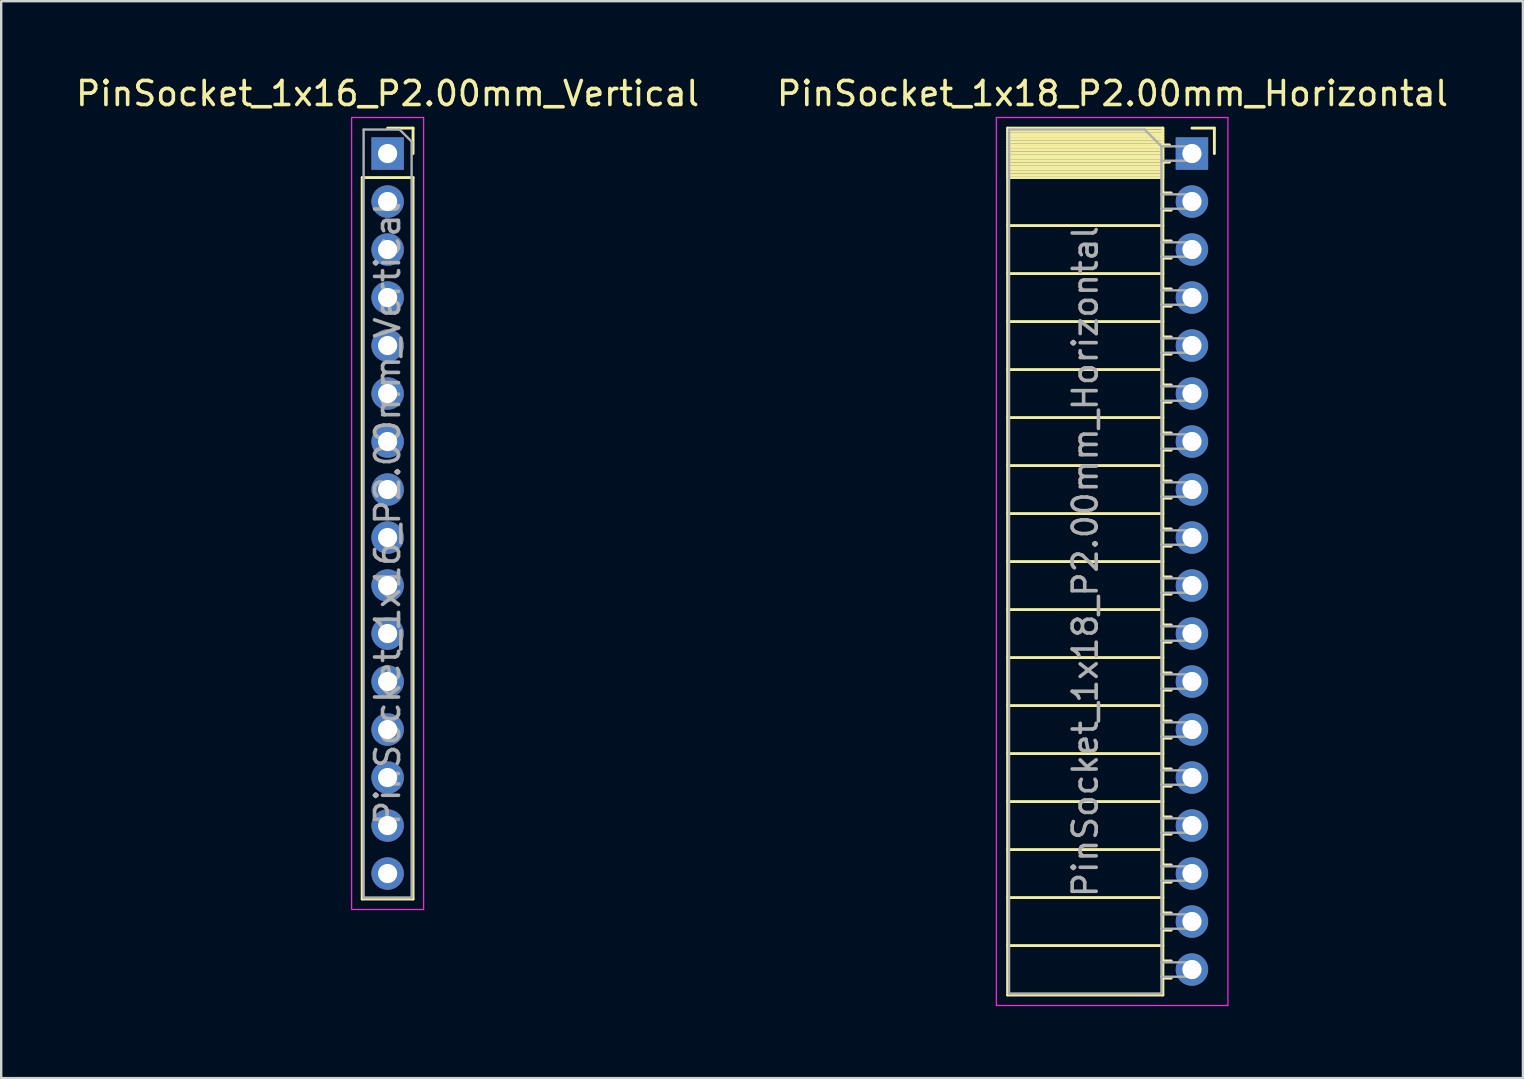
<source format=kicad_pcb>
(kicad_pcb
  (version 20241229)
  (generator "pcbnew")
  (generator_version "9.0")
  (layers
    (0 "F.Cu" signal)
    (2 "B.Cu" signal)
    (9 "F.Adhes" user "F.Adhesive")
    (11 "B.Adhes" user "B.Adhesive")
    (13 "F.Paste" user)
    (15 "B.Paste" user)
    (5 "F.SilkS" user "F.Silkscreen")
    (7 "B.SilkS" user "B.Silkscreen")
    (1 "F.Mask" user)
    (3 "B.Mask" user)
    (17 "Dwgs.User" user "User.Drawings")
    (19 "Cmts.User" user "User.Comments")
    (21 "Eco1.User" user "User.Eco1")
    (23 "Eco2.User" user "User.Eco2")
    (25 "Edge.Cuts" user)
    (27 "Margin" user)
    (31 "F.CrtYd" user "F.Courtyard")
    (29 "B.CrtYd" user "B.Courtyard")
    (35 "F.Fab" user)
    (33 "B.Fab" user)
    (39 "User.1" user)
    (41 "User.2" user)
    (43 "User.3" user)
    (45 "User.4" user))
  (footprint "PinSocket_1x18_P2.00mm_Horizontal"
    (layer "F.Cu")
    (at 46.614 3.348)
    (property "Reference" "PinSocket_1x18_P2.00mm_Horizontal" (at -3.31 -2.5 0) (layer "F.SilkS") (effects (font (size 1 1) (thickness 0.15))))
    (attr through_hole)
    (fp_line (start -7.68 -1.06) (end -7.68 35.06) (stroke (width 0.12) (type solid)) (layer "F.SilkS"))
    (fp_line (start -7.68 -1.06) (end -1.21 -1.06) (stroke (width 0.12) (type solid)) (layer "F.SilkS"))
    (fp_line (start -7.68 -0.94) (end -1.21 -0.94) (stroke (width 0.12) (type solid)) (layer "F.SilkS"))
    (fp_line (start -7.68 -0.826) (end -1.21 -0.826) (stroke (width 0.12) (type solid)) (layer "F.SilkS"))
    (fp_line (start -7.68 -0.712) (end -1.21 -0.712) (stroke (width 0.12) (type solid)) (layer "F.SilkS"))
    (fp_line (start -7.68 -0.598) (end -1.21 -0.598) (stroke (width 0.12) (type solid)) (layer "F.SilkS"))
    (fp_line (start -7.68 -0.484) (end -1.21 -0.484) (stroke (width 0.12) (type solid)) (layer "F.SilkS"))
    (fp_line (start -7.68 -0.369) (end -1.21 -0.369) (stroke (width 0.12) (type solid)) (layer "F.SilkS"))
    (fp_line (start -7.68 -0.255) (end -1.21 -0.255) (stroke (width 0.12) (type solid)) (layer "F.SilkS"))
    (fp_line (start -7.68 -0.141) (end -1.21 -0.141) (stroke (width 0.12) (type solid)) (layer "F.SilkS"))
    (fp_line (start -7.68 -0.027) (end -1.21 -0.027) (stroke (width 0.12) (type solid)) (layer "F.SilkS"))
    (fp_line (start -7.68 0.087) (end -1.21 0.087) (stroke (width 0.12) (type solid)) (layer "F.SilkS"))
    (fp_line (start -7.68 0.201) (end -1.21 0.201) (stroke (width 0.12) (type solid)) (layer "F.SilkS"))
    (fp_line (start -7.68 0.315) (end -1.21 0.315) (stroke (width 0.12) (type solid)) (layer "F.SilkS"))
    (fp_line (start -7.68 0.429) (end -1.21 0.429) (stroke (width 0.12) (type solid)) (layer "F.SilkS"))
    (fp_line (start -7.68 0.544) (end -1.21 0.544) (stroke (width 0.12) (type solid)) (layer "F.SilkS"))
    (fp_line (start -7.68 0.658) (end -1.21 0.658) (stroke (width 0.12) (type solid)) (layer "F.SilkS"))
    (fp_line (start -7.68 0.772) (end -1.21 0.772) (stroke (width 0.12) (type solid)) (layer "F.SilkS"))
    (fp_line (start -7.68 0.886) (end -1.21 0.886) (stroke (width 0.12) (type solid)) (layer "F.SilkS"))
    (fp_line (start -7.68 1) (end -1.21 1) (stroke (width 0.12) (type solid)) (layer "F.SilkS"))
    (fp_line (start -7.68 3) (end -1.21 3) (stroke (width 0.12) (type solid)) (layer "F.SilkS"))
    (fp_line (start -7.68 5) (end -1.21 5) (stroke (width 0.12) (type solid)) (layer "F.SilkS"))
    (fp_line (start -7.68 7) (end -1.21 7) (stroke (width 0.12) (type solid)) (layer "F.SilkS"))
    (fp_line (start -7.68 9) (end -1.21 9) (stroke (width 0.12) (type solid)) (layer "F.SilkS"))
    (fp_line (start -7.68 11) (end -1.21 11) (stroke (width 0.12) (type solid)) (layer "F.SilkS"))
    (fp_line (start -7.68 13) (end -1.21 13) (stroke (width 0.12) (type solid)) (layer "F.SilkS"))
    (fp_line (start -7.68 15) (end -1.21 15) (stroke (width 0.12) (type solid)) (layer "F.SilkS"))
    (fp_line (start -7.68 17) (end -1.21 17) (stroke (width 0.12) (type solid)) (layer "F.SilkS"))
    (fp_line (start -7.68 19) (end -1.21 19) (stroke (width 0.12) (type solid)) (layer "F.SilkS"))
    (fp_line (start -7.68 21) (end -1.21 21) (stroke (width 0.12) (type solid)) (layer "F.SilkS"))
    (fp_line (start -7.68 23) (end -1.21 23) (stroke (width 0.12) (type solid)) (layer "F.SilkS"))
    (fp_line (start -7.68 25) (end -1.21 25) (stroke (width 0.12) (type solid)) (layer "F.SilkS"))
    (fp_line (start -7.68 27) (end -1.21 27) (stroke (width 0.12) (type solid)) (layer "F.SilkS"))
    (fp_line (start -7.68 29) (end -1.21 29) (stroke (width 0.12) (type solid)) (layer "F.SilkS"))
    (fp_line (start -7.68 31) (end -1.21 31) (stroke (width 0.12) (type solid)) (layer "F.SilkS"))
    (fp_line (start -7.68 33) (end -1.21 33) (stroke (width 0.12) (type solid)) (layer "F.SilkS"))
    (fp_line (start -7.68 35.06) (end -1.21 35.06) (stroke (width 0.12) (type solid)) (layer "F.SilkS"))
    (fp_line (start -1.21 -1.06) (end -1.21 35.06) (stroke (width 0.12) (type solid)) (layer "F.SilkS"))
    (fp_line (start -1.21 -0.36) (end -0.935 -0.36) (stroke (width 0.12) (type solid)) (layer "F.SilkS"))
    (fp_line (start -1.21 0.36) (end -0.935 0.36) (stroke (width 0.12) (type solid)) (layer "F.SilkS"))
    (fp_line (start -1.21 1.64) (end -0.863 1.64) (stroke (width 0.12) (type solid)) (layer "F.SilkS"))
    (fp_line (start -1.21 2.36) (end -0.863 2.36) (stroke (width 0.12) (type solid)) (layer "F.SilkS"))
    (fp_line (start -1.21 3.64) (end -0.863 3.64) (stroke (width 0.12) (type solid)) (layer "F.SilkS"))
    (fp_line (start -1.21 4.36) (end -0.863 4.36) (stroke (width 0.12) (type solid)) (layer "F.SilkS"))
    (fp_line (start -1.21 5.64) (end -0.863 5.64) (stroke (width 0.12) (type solid)) (layer "F.SilkS"))
    (fp_line (start -1.21 6.36) (end -0.863 6.36) (stroke (width 0.12) (type solid)) (layer "F.SilkS"))
    (fp_line (start -1.21 7.64) (end -0.863 7.64) (stroke (width 0.12) (type solid)) (layer "F.SilkS"))
    (fp_line (start -1.21 8.36) (end -0.863 8.36) (stroke (width 0.12) (type solid)) (layer "F.SilkS"))
    (fp_line (start -1.21 9.64) (end -0.863 9.64) (stroke (width 0.12) (type solid)) (layer "F.SilkS"))
    (fp_line (start -1.21 10.36) (end -0.863 10.36) (stroke (width 0.12) (type solid)) (layer "F.SilkS"))
    (fp_line (start -1.21 11.64) (end -0.863 11.64) (stroke (width 0.12) (type solid)) (layer "F.SilkS"))
    (fp_line (start -1.21 12.36) (end -0.863 12.36) (stroke (width 0.12) (type solid)) (layer "F.SilkS"))
    (fp_line (start -1.21 13.64) (end -0.863 13.64) (stroke (width 0.12) (type solid)) (layer "F.SilkS"))
    (fp_line (start -1.21 14.36) (end -0.863 14.36) (stroke (width 0.12) (type solid)) (layer "F.SilkS"))
    (fp_line (start -1.21 15.64) (end -0.863 15.64) (stroke (width 0.12) (type solid)) (layer "F.SilkS"))
    (fp_line (start -1.21 16.36) (end -0.863 16.36) (stroke (width 0.12) (type solid)) (layer "F.SilkS"))
    (fp_line (start -1.21 17.64) (end -0.863 17.64) (stroke (width 0.12) (type solid)) (layer "F.SilkS"))
    (fp_line (start -1.21 18.36) (end -0.863 18.36) (stroke (width 0.12) (type solid)) (layer "F.SilkS"))
    (fp_line (start -1.21 19.64) (end -0.863 19.64) (stroke (width 0.12) (type solid)) (layer "F.SilkS"))
    (fp_line (start -1.21 20.36) (end -0.863 20.36) (stroke (width 0.12) (type solid)) (layer "F.SilkS"))
    (fp_line (start -1.21 21.64) (end -0.863 21.64) (stroke (width 0.12) (type solid)) (layer "F.SilkS"))
    (fp_line (start -1.21 22.36) (end -0.863 22.36) (stroke (width 0.12) (type solid)) (layer "F.SilkS"))
    (fp_line (start -1.21 23.64) (end -0.863 23.64) (stroke (width 0.12) (type solid)) (layer "F.SilkS"))
    (fp_line (start -1.21 24.36) (end -0.863 24.36) (stroke (width 0.12) (type solid)) (layer "F.SilkS"))
    (fp_line (start -1.21 25.64) (end -0.863 25.64) (stroke (width 0.12) (type solid)) (layer "F.SilkS"))
    (fp_line (start -1.21 26.36) (end -0.863 26.36) (stroke (width 0.12) (type solid)) (layer "F.SilkS"))
    (fp_line (start -1.21 27.64) (end -0.863 27.64) (stroke (width 0.12) (type solid)) (layer "F.SilkS"))
    (fp_line (start -1.21 28.36) (end -0.863 28.36) (stroke (width 0.12) (type solid)) (layer "F.SilkS"))
    (fp_line (start -1.21 29.64) (end -0.863 29.64) (stroke (width 0.12) (type solid)) (layer "F.SilkS"))
    (fp_line (start -1.21 30.36) (end -0.863 30.36) (stroke (width 0.12) (type solid)) (layer "F.SilkS"))
    (fp_line (start -1.21 31.64) (end -0.863 31.64) (stroke (width 0.12) (type solid)) (layer "F.SilkS"))
    (fp_line (start -1.21 32.36) (end -0.863 32.36) (stroke (width 0.12) (type solid)) (layer "F.SilkS"))
    (fp_line (start -1.21 33.64) (end -0.863 33.64) (stroke (width 0.12) (type solid)) (layer "F.SilkS"))
    (fp_line (start -1.21 34.36) (end -0.863 34.36) (stroke (width 0.12) (type solid)) (layer "F.SilkS"))
    (fp_line (start 0 -1.06) (end 0.935 -1.06) (stroke (width 0.12) (type solid)) (layer "F.SilkS"))
    (fp_line (start 0.935 -1.06) (end 0.935 0) (stroke (width 0.12) (type solid)) (layer "F.SilkS"))
    (fp_line (start -8.15 -1.5) (end -8.15 35.5) (stroke (width 0.05) (type solid)) (layer "F.CrtYd"))
    (fp_line (start -8.15 35.5) (end 1.5 35.5) (stroke (width 0.05) (type solid)) (layer "F.CrtYd"))
    (fp_line (start 1.5 -1.5) (end -8.15 -1.5) (stroke (width 0.05) (type solid)) (layer "F.CrtYd"))
    (fp_line (start 1.5 35.5) (end 1.5 -1.5) (stroke (width 0.05) (type solid)) (layer "F.CrtYd"))
    (fp_line (start -7.62 -1) (end -1.97 -1) (stroke (width 0.1) (type solid)) (layer "F.Fab"))
    (fp_line (start -7.62 35) (end -7.62 -1) (stroke (width 0.1) (type solid)) (layer "F.Fab"))
    (fp_line (start -1.97 -1) (end -1.27 -0.3) (stroke (width 0.1) (type solid)) (layer "F.Fab"))
    (fp_line (start -1.27 -0.3) (end -1.27 35) (stroke (width 0.1) (type solid)) (layer "F.Fab"))
    (fp_line (start -1.27 0.3) (end 0 0.3) (stroke (width 0.1) (type solid)) (layer "F.Fab"))
    (fp_line (start -1.27 2.3) (end 0 2.3) (stroke (width 0.1) (type solid)) (layer "F.Fab"))
    (fp_line (start -1.27 4.3) (end 0 4.3) (stroke (width 0.1) (type solid)) (layer "F.Fab"))
    (fp_line (start -1.27 6.3) (end 0 6.3) (stroke (width 0.1) (type solid)) (layer "F.Fab"))
    (fp_line (start -1.27 8.3) (end 0 8.3) (stroke (width 0.1) (type solid)) (layer "F.Fab"))
    (fp_line (start -1.27 10.3) (end 0 10.3) (stroke (width 0.1) (type solid)) (layer "F.Fab"))
    (fp_line (start -1.27 12.3) (end 0 12.3) (stroke (width 0.1) (type solid)) (layer "F.Fab"))
    (fp_line (start -1.27 14.3) (end 0 14.3) (stroke (width 0.1) (type solid)) (layer "F.Fab"))
    (fp_line (start -1.27 16.3) (end 0 16.3) (stroke (width 0.1) (type solid)) (layer "F.Fab"))
    (fp_line (start -1.27 18.3) (end 0 18.3) (stroke (width 0.1) (type solid)) (layer "F.Fab"))
    (fp_line (start -1.27 20.3) (end 0 20.3) (stroke (width 0.1) (type solid)) (layer "F.Fab"))
    (fp_line (start -1.27 22.3) (end 0 22.3) (stroke (width 0.1) (type solid)) (layer "F.Fab"))
    (fp_line (start -1.27 24.3) (end 0 24.3) (stroke (width 0.1) (type solid)) (layer "F.Fab"))
    (fp_line (start -1.27 26.3) (end 0 26.3) (stroke (width 0.1) (type solid)) (layer "F.Fab"))
    (fp_line (start -1.27 28.3) (end 0 28.3) (stroke (width 0.1) (type solid)) (layer "F.Fab"))
    (fp_line (start -1.27 30.3) (end 0 30.3) (stroke (width 0.1) (type solid)) (layer "F.Fab"))
    (fp_line (start -1.27 32.3) (end 0 32.3) (stroke (width 0.1) (type solid)) (layer "F.Fab"))
    (fp_line (start -1.27 34.3) (end 0 34.3) (stroke (width 0.1) (type solid)) (layer "F.Fab"))
    (fp_line (start -1.27 35) (end -7.62 35) (stroke (width 0.1) (type solid)) (layer "F.Fab"))
    (fp_line (start 0 -0.3) (end -1.27 -0.3) (stroke (width 0.1) (type solid)) (layer "F.Fab"))
    (fp_line (start 0 0.3) (end 0 -0.3) (stroke (width 0.1) (type solid)) (layer "F.Fab"))
    (fp_line (start 0 1.7) (end -1.27 1.7) (stroke (width 0.1) (type solid)) (layer "F.Fab"))
    (fp_line (start 0 2.3) (end 0 1.7) (stroke (width 0.1) (type solid)) (layer "F.Fab"))
    (fp_line (start 0 3.7) (end -1.27 3.7) (stroke (width 0.1) (type solid)) (layer "F.Fab"))
    (fp_line (start 0 4.3) (end 0 3.7) (stroke (width 0.1) (type solid)) (layer "F.Fab"))
    (fp_line (start 0 5.7) (end -1.27 5.7) (stroke (width 0.1) (type solid)) (layer "F.Fab"))
    (fp_line (start 0 6.3) (end 0 5.7) (stroke (width 0.1) (type solid)) (layer "F.Fab"))
    (fp_line (start 0 7.7) (end -1.27 7.7) (stroke (width 0.1) (type solid)) (layer "F.Fab"))
    (fp_line (start 0 8.3) (end 0 7.7) (stroke (width 0.1) (type solid)) (layer "F.Fab"))
    (fp_line (start 0 9.7) (end -1.27 9.7) (stroke (width 0.1) (type solid)) (layer "F.Fab"))
    (fp_line (start 0 10.3) (end 0 9.7) (stroke (width 0.1) (type solid)) (layer "F.Fab"))
    (fp_line (start 0 11.7) (end -1.27 11.7) (stroke (width 0.1) (type solid)) (layer "F.Fab"))
    (fp_line (start 0 12.3) (end 0 11.7) (stroke (width 0.1) (type solid)) (layer "F.Fab"))
    (fp_line (start 0 13.7) (end -1.27 13.7) (stroke (width 0.1) (type solid)) (layer "F.Fab"))
    (fp_line (start 0 14.3) (end 0 13.7) (stroke (width 0.1) (type solid)) (layer "F.Fab"))
    (fp_line (start 0 15.7) (end -1.27 15.7) (stroke (width 0.1) (type solid)) (layer "F.Fab"))
    (fp_line (start 0 16.3) (end 0 15.7) (stroke (width 0.1) (type solid)) (layer "F.Fab"))
    (fp_line (start 0 17.7) (end -1.27 17.7) (stroke (width 0.1) (type solid)) (layer "F.Fab"))
    (fp_line (start 0 18.3) (end 0 17.7) (stroke (width 0.1) (type solid)) (layer "F.Fab"))
    (fp_line (start 0 19.7) (end -1.27 19.7) (stroke (width 0.1) (type solid)) (layer "F.Fab"))
    (fp_line (start 0 20.3) (end 0 19.7) (stroke (width 0.1) (type solid)) (layer "F.Fab"))
    (fp_line (start 0 21.7) (end -1.27 21.7) (stroke (width 0.1) (type solid)) (layer "F.Fab"))
    (fp_line (start 0 22.3) (end 0 21.7) (stroke (width 0.1) (type solid)) (layer "F.Fab"))
    (fp_line (start 0 23.7) (end -1.27 23.7) (stroke (width 0.1) (type solid)) (layer "F.Fab"))
    (fp_line (start 0 24.3) (end 0 23.7) (stroke (width 0.1) (type solid)) (layer "F.Fab"))
    (fp_line (start 0 25.7) (end -1.27 25.7) (stroke (width 0.1) (type solid)) (layer "F.Fab"))
    (fp_line (start 0 26.3) (end 0 25.7) (stroke (width 0.1) (type solid)) (layer "F.Fab"))
    (fp_line (start 0 27.7) (end -1.27 27.7) (stroke (width 0.1) (type solid)) (layer "F.Fab"))
    (fp_line (start 0 28.3) (end 0 27.7) (stroke (width 0.1) (type solid)) (layer "F.Fab"))
    (fp_line (start 0 29.7) (end -1.27 29.7) (stroke (width 0.1) (type solid)) (layer "F.Fab"))
    (fp_line (start 0 30.3) (end 0 29.7) (stroke (width 0.1) (type solid)) (layer "F.Fab"))
    (fp_line (start 0 31.7) (end -1.27 31.7) (stroke (width 0.1) (type solid)) (layer "F.Fab"))
    (fp_line (start 0 32.3) (end 0 31.7) (stroke (width 0.1) (type solid)) (layer "F.Fab"))
    (fp_line (start 0 33.7) (end -1.27 33.7) (stroke (width 0.1) (type solid)) (layer "F.Fab"))
    (fp_line (start 0 34.3) (end 0 33.7) (stroke (width 0.1) (type solid)) (layer "F.Fab"))
    (fp_text user "${REFERENCE}" (at -4.445 17 90) (layer "F.Fab") (effects (font (size 1 1) (thickness 0.15))))
    (pad "1" thru_hole rect (at 0 0) (size 1.35 1.35) (drill 0.8) (layers "*.Cu" "*.Mask"))
    (pad "2" thru_hole oval (at 0 2) (size 1.35 1.35) (drill 0.8) (layers "*.Cu" "*.Mask"))
    (pad "3" thru_hole oval (at 0 4) (size 1.35 1.35) (drill 0.8) (layers "*.Cu" "*.Mask"))
    (pad "4" thru_hole oval (at 0 6) (size 1.35 1.35) (drill 0.8) (layers "*.Cu" "*.Mask"))
    (pad "5" thru_hole oval (at 0 8) (size 1.35 1.35) (drill 0.8) (layers "*.Cu" "*.Mask"))
    (pad "6" thru_hole oval (at 0 10) (size 1.35 1.35) (drill 0.8) (layers "*.Cu" "*.Mask"))
    (pad "7" thru_hole oval (at 0 12) (size 1.35 1.35) (drill 0.8) (layers "*.Cu" "*.Mask"))
    (pad "8" thru_hole oval (at 0 14) (size 1.35 1.35) (drill 0.8) (layers "*.Cu" "*.Mask"))
    (pad "9" thru_hole oval (at 0 16) (size 1.35 1.35) (drill 0.8) (layers "*.Cu" "*.Mask"))
    (pad "10" thru_hole oval (at 0 18) (size 1.35 1.35) (drill 0.8) (layers "*.Cu" "*.Mask"))
    (pad "11" thru_hole oval (at 0 20) (size 1.35 1.35) (drill 0.8) (layers "*.Cu" "*.Mask"))
    (pad "12" thru_hole oval (at 0 22) (size 1.35 1.35) (drill 0.8) (layers "*.Cu" "*.Mask"))
    (pad "13" thru_hole oval (at 0 24) (size 1.35 1.35) (drill 0.8) (layers "*.Cu" "*.Mask"))
    (pad "14" thru_hole oval (at 0 26) (size 1.35 1.35) (drill 0.8) (layers "*.Cu" "*.Mask"))
    (pad "15" thru_hole oval (at 0 28) (size 1.35 1.35) (drill 0.8) (layers "*.Cu" "*.Mask"))
    (pad "16" thru_hole oval (at 0 30) (size 1.35 1.35) (drill 0.8) (layers "*.Cu" "*.Mask"))
    (pad "17" thru_hole oval (at 0 32) (size 1.35 1.35) (drill 0.8) (layers "*.Cu" "*.Mask"))
    (pad "18" thru_hole oval (at 0 34) (size 1.35 1.35) (drill 0.8) (layers "*.Cu" "*.Mask")))
  (footprint "PinSocket_1x16_P2.00mm_Vertical"
    (layer "F.Cu")
    (at 13.101 3.348)
    (property "Reference" "PinSocket_1x16_P2.00mm_Vertical" (at 0 -2.5 0) (layer "F.SilkS") (effects (font (size 1 1) (thickness 0.15))))
    (attr through_hole)
    (fp_line (start -1.06 1) (end -1.06 31.06) (stroke (width 0.12) (type solid)) (layer "F.SilkS"))
    (fp_line (start -1.06 1) (end 1.06 1) (stroke (width 0.12) (type solid)) (layer "F.SilkS"))
    (fp_line (start -1.06 31.06) (end 1.06 31.06) (stroke (width 0.12) (type solid)) (layer "F.SilkS"))
    (fp_line (start 0 -1.06) (end 1.06 -1.06) (stroke (width 0.12) (type solid)) (layer "F.SilkS"))
    (fp_line (start 1.06 -1.06) (end 1.06 0) (stroke (width 0.12) (type solid)) (layer "F.SilkS"))
    (fp_line (start 1.06 1) (end 1.06 31.06) (stroke (width 0.12) (type solid)) (layer "F.SilkS"))
    (fp_line (start -1.5 -1.5) (end 1.5 -1.5) (stroke (width 0.05) (type solid)) (layer "F.CrtYd"))
    (fp_line (start -1.5 31.5) (end -1.5 -1.5) (stroke (width 0.05) (type solid)) (layer "F.CrtYd"))
    (fp_line (start 1.5 -1.5) (end 1.5 31.5) (stroke (width 0.05) (type solid)) (layer "F.CrtYd"))
    (fp_line (start 1.5 31.5) (end -1.5 31.5) (stroke (width 0.05) (type solid)) (layer "F.CrtYd"))
    (fp_line (start -1 -1) (end 0.5 -1) (stroke (width 0.1) (type solid)) (layer "F.Fab"))
    (fp_line (start -1 31) (end -1 -1) (stroke (width 0.1) (type solid)) (layer "F.Fab"))
    (fp_line (start 0.5 -1) (end 1 -0.5) (stroke (width 0.1) (type solid)) (layer "F.Fab"))
    (fp_line (start 1 -0.5) (end 1 31) (stroke (width 0.1) (type solid)) (layer "F.Fab"))
    (fp_line (start 1 31) (end -1 31) (stroke (width 0.1) (type solid)) (layer "F.Fab"))
    (fp_text user "${REFERENCE}" (at 0 15 90) (layer "F.Fab") (effects (font (size 1 1) (thickness 0.15))))
    (pad "1" thru_hole rect (at 0 0) (size 1.35 1.35) (drill 0.8) (layers "*.Cu" "*.Mask"))
    (pad "2" thru_hole oval (at 0 2) (size 1.35 1.35) (drill 0.8) (layers "*.Cu" "*.Mask"))
    (pad "3" thru_hole oval (at 0 4) (size 1.35 1.35) (drill 0.8) (layers "*.Cu" "*.Mask"))
    (pad "4" thru_hole oval (at 0 6) (size 1.35 1.35) (drill 0.8) (layers "*.Cu" "*.Mask"))
    (pad "5" thru_hole oval (at 0 8) (size 1.35 1.35) (drill 0.8) (layers "*.Cu" "*.Mask"))
    (pad "6" thru_hole oval (at 0 10) (size 1.35 1.35) (drill 0.8) (layers "*.Cu" "*.Mask"))
    (pad "7" thru_hole oval (at 0 12) (size 1.35 1.35) (drill 0.8) (layers "*.Cu" "*.Mask"))
    (pad "8" thru_hole oval (at 0 14) (size 1.35 1.35) (drill 0.8) (layers "*.Cu" "*.Mask"))
    (pad "9" thru_hole oval (at 0 16) (size 1.35 1.35) (drill 0.8) (layers "*.Cu" "*.Mask"))
    (pad "10" thru_hole oval (at 0 18) (size 1.35 1.35) (drill 0.8) (layers "*.Cu" "*.Mask"))
    (pad "11" thru_hole oval (at 0 20) (size 1.35 1.35) (drill 0.8) (layers "*.Cu" "*.Mask"))
    (pad "12" thru_hole oval (at 0 22) (size 1.35 1.35) (drill 0.8) (layers "*.Cu" "*.Mask"))
    (pad "13" thru_hole oval (at 0 24) (size 1.35 1.35) (drill 0.8) (layers "*.Cu" "*.Mask"))
    (pad "14" thru_hole oval (at 0 26) (size 1.35 1.35) (drill 0.8) (layers "*.Cu" "*.Mask"))
    (pad "15" thru_hole oval (at 0 28) (size 1.35 1.35) (drill 0.8) (layers "*.Cu" "*.Mask"))
    (pad "16" thru_hole oval (at 0 30) (size 1.35 1.35) (drill 0.8) (layers "*.Cu" "*.Mask")))
  (gr_rect
    (start -3 -3)
    (end 60.405 41.873)
    (stroke (width 0.1) (type default))
    (fill no)
    (layer "Edge.Cuts")))
</source>
